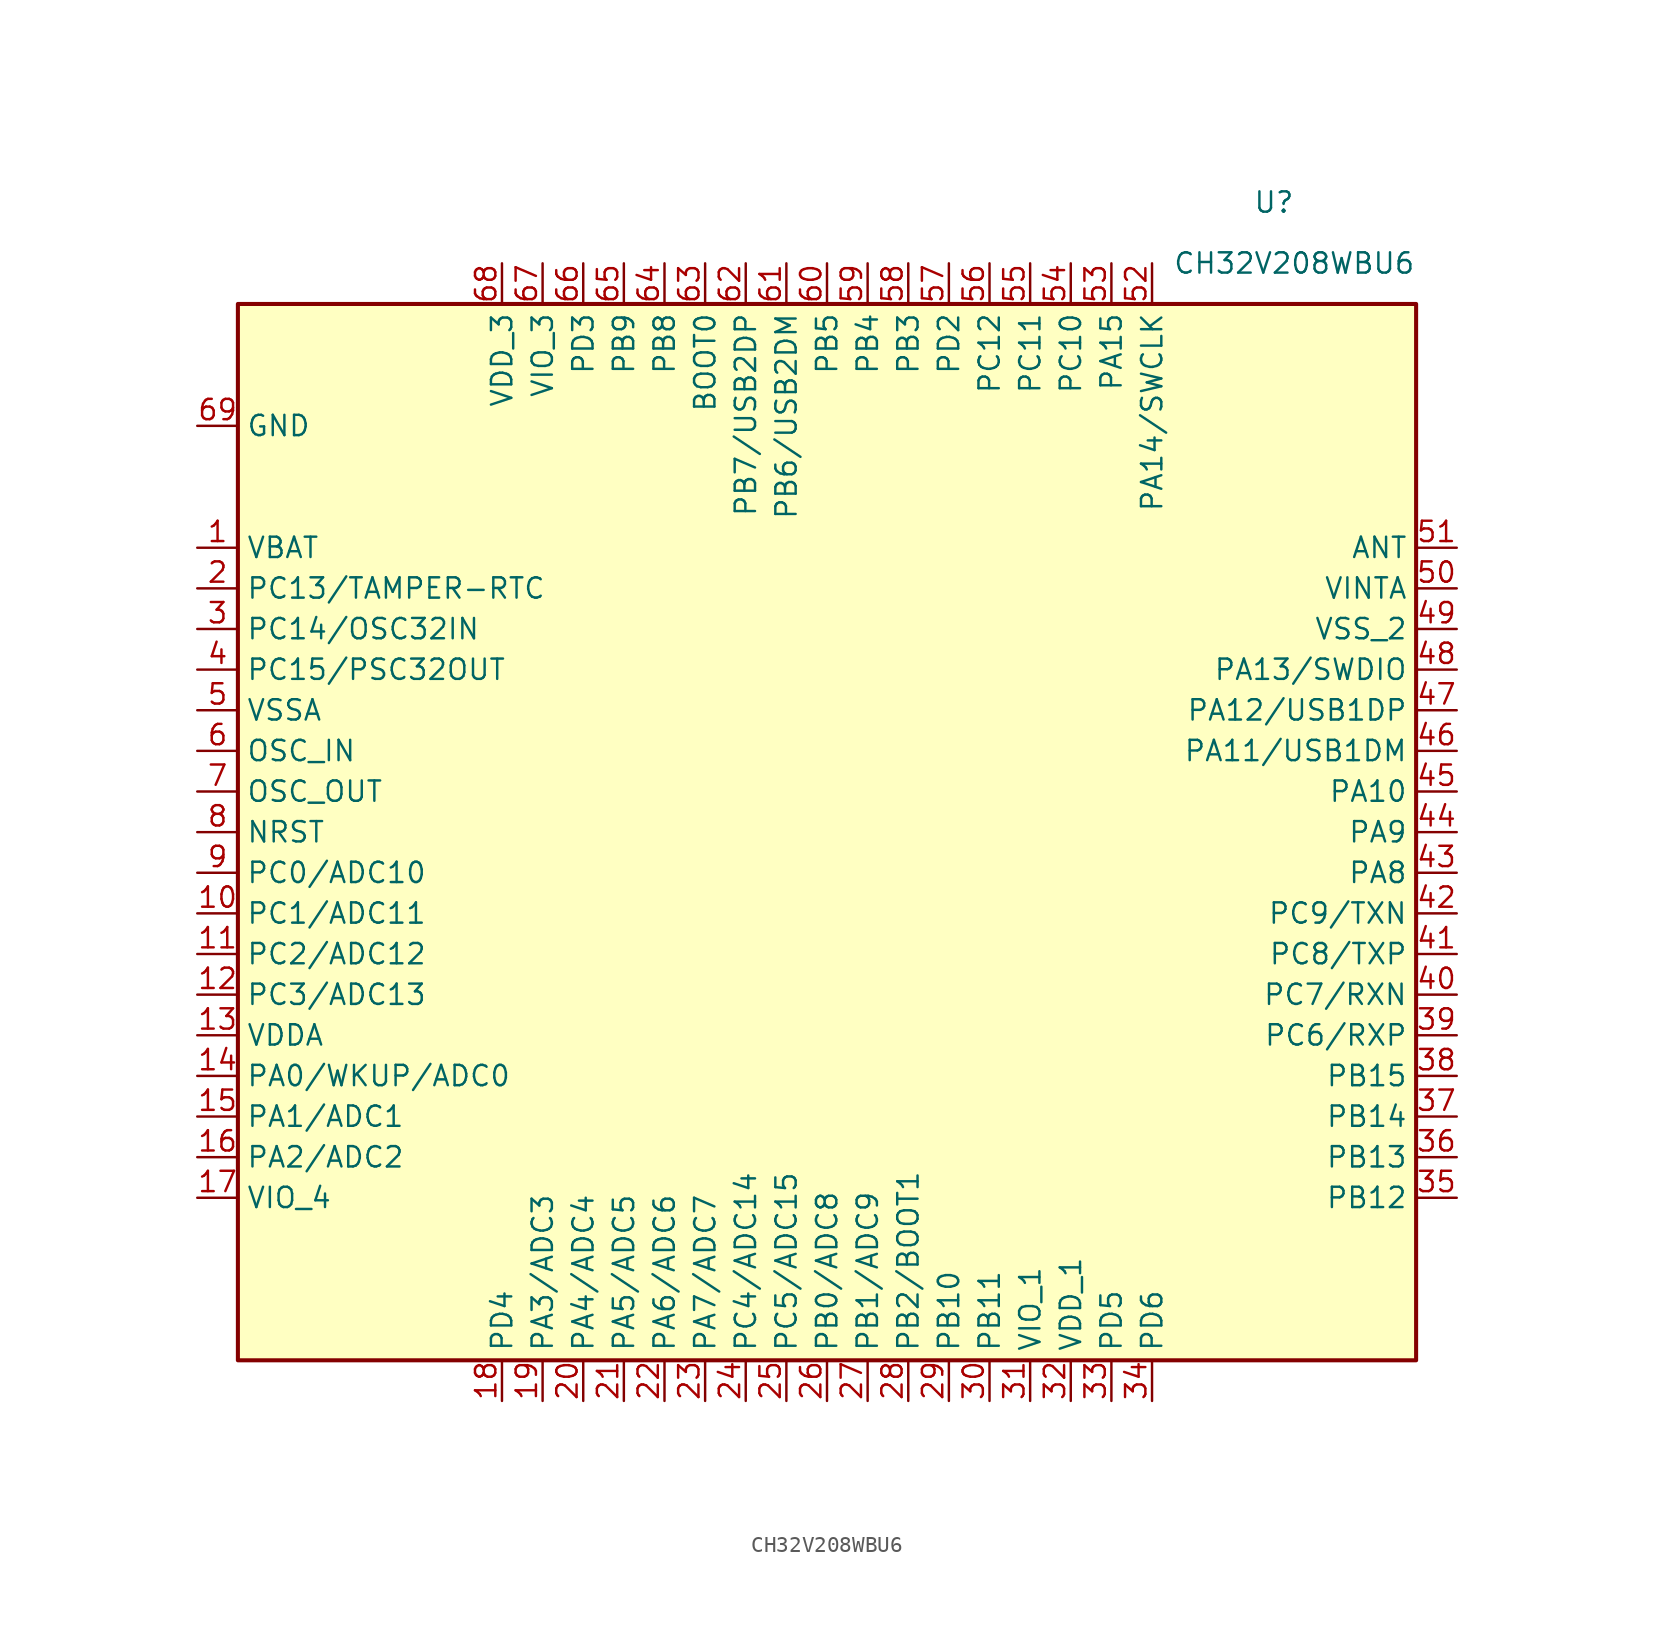
<source format=kicad_sym>
(kicad_symbol_lib
  (version 20220914)
  (generator kicad_symbol_editor)
  (symbol "CH32V208WBU6"
    (property "Reference" "U"
      (at 27.94 39.37 0)
      (effects (font (size 1.27 1.27))))
    (property "Value" "CH32V208WBU6"
      (at 29.21 35.56 0)
      (effects (font (size 1.27 1.27))))
    (symbol "CH32V208WBU6_0_1"
      (rectangle (start -36.83 33.02) (end 36.83 -33.02) (stroke (width 0.254) (type default)) (fill (type background))))
    (symbol "CH32V208WBU6_1_1"
      (pin power_in line (at -39.37 17.78 0) (length 2.54) (name "VBAT" (effects (font (size 1.27 1.27)))) (number "1" (effects (font (size 1.27 1.27)))))
      (pin bidirectional line (at -39.37 -5.08 0) (length 2.54) (name "PC1/ADC11" (effects (font (size 1.27 1.27)))) (number "10" (effects (font (size 1.27 1.27)))))
      (pin bidirectional line (at -39.37 -7.62 0) (length 2.54) (name "PC2/ADC12" (effects (font (size 1.27 1.27)))) (number "11" (effects (font (size 1.27 1.27)))))
      (pin bidirectional line (at -39.37 -10.16 0) (length 2.54) (name "PC3/ADC13" (effects (font (size 1.27 1.27)))) (number "12" (effects (font (size 1.27 1.27)))))
      (pin power_in line (at -39.37 -12.7 0) (length 2.54) (name "VDDA" (effects (font (size 1.27 1.27)))) (number "13" (effects (font (size 1.27 1.27)))))
      (pin bidirectional line (at -39.37 -15.24 0) (length 2.54) (name "PA0/WKUP/ADC0" (effects (font (size 1.27 1.27)))) (number "14" (effects (font (size 1.27 1.27)))))
      (pin bidirectional line (at -39.37 -17.78 0) (length 2.54) (name "PA1/ADC1" (effects (font (size 1.27 1.27)))) (number "15" (effects (font (size 1.27 1.27)))))
      (pin bidirectional line (at -39.37 -20.32 0) (length 2.54) (name "PA2/ADC2" (effects (font (size 1.27 1.27)))) (number "16" (effects (font (size 1.27 1.27)))))
      (pin power_in line (at -39.37 -22.86 0) (length 2.54) (name "VIO_4" (effects (font (size 1.27 1.27)))) (number "17" (effects (font (size 1.27 1.27)))))
      (pin bidirectional line (at -20.32 -35.56 90) (length 2.54) (name "PD4" (effects (font (size 1.27 1.27)))) (number "18" (effects (font (size 1.27 1.27)))))
      (pin bidirectional line (at -17.78 -35.56 90) (length 2.54) (name "PA3/ADC3" (effects (font (size 1.27 1.27)))) (number "19" (effects (font (size 1.27 1.27)))))
      (pin bidirectional line (at -39.37 15.24 0) (length 2.54) (name "PC13/TAMPER-RTC" (effects (font (size 1.27 1.27)))) (number "2" (effects (font (size 1.27 1.27)))))
      (pin bidirectional line (at -15.24 -35.56 90) (length 2.54) (name "PA4/ADC4" (effects (font (size 1.27 1.27)))) (number "20" (effects (font (size 1.27 1.27)))))
      (pin bidirectional line (at -12.7 -35.56 90) (length 2.54) (name "PA5/ADC5" (effects (font (size 1.27 1.27)))) (number "21" (effects (font (size 1.27 1.27)))))
      (pin bidirectional line (at -10.16 -35.56 90) (length 2.54) (name "PA6/ADC6" (effects (font (size 1.27 1.27)))) (number "22" (effects (font (size 1.27 1.27)))))
      (pin bidirectional line (at -7.62 -35.56 90) (length 2.54) (name "PA7/ADC7" (effects (font (size 1.27 1.27)))) (number "23" (effects (font (size 1.27 1.27)))))
      (pin bidirectional line (at -5.08 -35.56 90) (length 2.54) (name "PC4/ADC14" (effects (font (size 1.27 1.27)))) (number "24" (effects (font (size 1.27 1.27)))))
      (pin bidirectional line (at -2.54 -35.56 90) (length 2.54) (name "PC5/ADC15" (effects (font (size 1.27 1.27)))) (number "25" (effects (font (size 1.27 1.27)))))
      (pin bidirectional line (at 0 -35.56 90) (length 2.54) (name "PB0/ADC8" (effects (font (size 1.27 1.27)))) (number "26" (effects (font (size 1.27 1.27)))))
      (pin bidirectional line (at 2.54 -35.56 90) (length 2.54) (name "PB1/ADC9" (effects (font (size 1.27 1.27)))) (number "27" (effects (font (size 1.27 1.27)))))
      (pin bidirectional line (at 5.08 -35.56 90) (length 2.54) (name "PB2/BOOT1" (effects (font (size 1.27 1.27)))) (number "28" (effects (font (size 1.27 1.27)))))
      (pin bidirectional line (at 7.62 -35.56 90) (length 2.54) (name "PB10" (effects (font (size 1.27 1.27)))) (number "29" (effects (font (size 1.27 1.27)))))
      (pin bidirectional line (at -39.37 12.7 0) (length 2.54) (name "PC14/OSC32IN" (effects (font (size 1.27 1.27)))) (number "3" (effects (font (size 1.27 1.27)))))
      (pin bidirectional line (at 10.16 -35.56 90) (length 2.54) (name "PB11" (effects (font (size 1.27 1.27)))) (number "30" (effects (font (size 1.27 1.27)))))
      (pin power_in line (at 12.7 -35.56 90) (length 2.54) (name "VIO_1" (effects (font (size 1.27 1.27)))) (number "31" (effects (font (size 1.27 1.27)))))
      (pin power_in line (at 15.24 -35.56 90) (length 2.54) (name "VDD_1" (effects (font (size 1.27 1.27)))) (number "32" (effects (font (size 1.27 1.27)))))
      (pin bidirectional line (at 17.78 -35.56 90) (length 2.54) (name "PD5" (effects (font (size 1.27 1.27)))) (number "33" (effects (font (size 1.27 1.27)))))
      (pin bidirectional line (at 20.32 -35.56 90) (length 2.54) (name "PD6" (effects (font (size 1.27 1.27)))) (number "34" (effects (font (size 1.27 1.27)))))
      (pin bidirectional line (at 39.37 -22.86 180) (length 2.54) (name "PB12" (effects (font (size 1.27 1.27)))) (number "35" (effects (font (size 1.27 1.27)))))
      (pin bidirectional line (at 39.37 -20.32 180) (length 2.54) (name "PB13" (effects (font (size 1.27 1.27)))) (number "36" (effects (font (size 1.27 1.27)))))
      (pin bidirectional line (at 39.37 -17.78 180) (length 2.54) (name "PB14" (effects (font (size 1.27 1.27)))) (number "37" (effects (font (size 1.27 1.27)))))
      (pin bidirectional line (at 39.37 -15.24 180) (length 2.54) (name "PB15" (effects (font (size 1.27 1.27)))) (number "38" (effects (font (size 1.27 1.27)))))
      (pin bidirectional line (at 39.37 -12.7 180) (length 2.54) (name "PC6/RXP" (effects (font (size 1.27 1.27)))) (number "39" (effects (font (size 1.27 1.27)))))
      (pin bidirectional line (at -39.37 10.16 0) (length 2.54) (name "PC15/PSC32OUT" (effects (font (size 1.27 1.27)))) (number "4" (effects (font (size 1.27 1.27)))))
      (pin bidirectional line (at 39.37 -10.16 180) (length 2.54) (name "PC7/RXN" (effects (font (size 1.27 1.27)))) (number "40" (effects (font (size 1.27 1.27)))))
      (pin bidirectional line (at 39.37 -7.62 180) (length 2.54) (name "PC8/TXP" (effects (font (size 1.27 1.27)))) (number "41" (effects (font (size 1.27 1.27)))))
      (pin bidirectional line (at 39.37 -5.08 180) (length 2.54) (name "PC9/TXN" (effects (font (size 1.27 1.27)))) (number "42" (effects (font (size 1.27 1.27)))))
      (pin bidirectional line (at 39.37 -2.54 180) (length 2.54) (name "PA8" (effects (font (size 1.27 1.27)))) (number "43" (effects (font (size 1.27 1.27)))))
      (pin bidirectional line (at 39.37 0 180) (length 2.54) (name "PA9" (effects (font (size 1.27 1.27)))) (number "44" (effects (font (size 1.27 1.27)))))
      (pin bidirectional line (at 39.37 2.54 180) (length 2.54) (name "PA10" (effects (font (size 1.27 1.27)))) (number "45" (effects (font (size 1.27 1.27)))))
      (pin bidirectional line (at 39.37 5.08 180) (length 2.54) (name "PA11/USB1DM" (effects (font (size 1.27 1.27)))) (number "46" (effects (font (size 1.27 1.27)))))
      (pin bidirectional line (at 39.37 7.62 180) (length 2.54) (name "PA12/USB1DP" (effects (font (size 1.27 1.27)))) (number "47" (effects (font (size 1.27 1.27)))))
      (pin bidirectional line (at 39.37 10.16 180) (length 2.54) (name "PA13/SWDIO" (effects (font (size 1.27 1.27)))) (number "48" (effects (font (size 1.27 1.27)))))
      (pin power_in line (at 39.37 12.7 180) (length 2.54) (name "VSS_2" (effects (font (size 1.27 1.27)))) (number "49" (effects (font (size 1.27 1.27)))))
      (pin power_in line (at -39.37 7.62 0) (length 2.54) (name "VSSA" (effects (font (size 1.27 1.27)))) (number "5" (effects (font (size 1.27 1.27)))))
      (pin power_in line (at 39.37 15.24 180) (length 2.54) (name "VINTA" (effects (font (size 1.27 1.27)))) (number "50" (effects (font (size 1.27 1.27)))))
      (pin output line (at 39.37 17.78 180) (length 2.54) (name "ANT" (effects (font (size 1.27 1.27)))) (number "51" (effects (font (size 1.27 1.27)))))
      (pin bidirectional line (at 20.32 35.56 270) (length 2.54) (name "PA14/SWCLK" (effects (font (size 1.27 1.27)))) (number "52" (effects (font (size 1.27 1.27)))))
      (pin bidirectional line (at 17.78 35.56 270) (length 2.54) (name "PA15" (effects (font (size 1.27 1.27)))) (number "53" (effects (font (size 1.27 1.27)))))
      (pin bidirectional line (at 15.24 35.56 270) (length 2.54) (name "PC10" (effects (font (size 1.27 1.27)))) (number "54" (effects (font (size 1.27 1.27)))))
      (pin bidirectional line (at 12.7 35.56 270) (length 2.54) (name "PC11" (effects (font (size 1.27 1.27)))) (number "55" (effects (font (size 1.27 1.27)))))
      (pin bidirectional line (at 10.16 35.56 270) (length 2.54) (name "PC12" (effects (font (size 1.27 1.27)))) (number "56" (effects (font (size 1.27 1.27)))))
      (pin bidirectional line (at 7.62 35.56 270) (length 2.54) (name "PD2" (effects (font (size 1.27 1.27)))) (number "57" (effects (font (size 1.27 1.27)))))
      (pin bidirectional line (at 5.08 35.56 270) (length 2.54) (name "PB3" (effects (font (size 1.27 1.27)))) (number "58" (effects (font (size 1.27 1.27)))))
      (pin bidirectional line (at 2.54 35.56 270) (length 2.54) (name "PB4" (effects (font (size 1.27 1.27)))) (number "59" (effects (font (size 1.27 1.27)))))
      (pin input line (at -39.37 5.08 0) (length 2.54) (name "OSC_IN" (effects (font (size 1.27 1.27)))) (number "6" (effects (font (size 1.27 1.27)))))
      (pin bidirectional line (at 0 35.56 270) (length 2.54) (name "PB5" (effects (font (size 1.27 1.27)))) (number "60" (effects (font (size 1.27 1.27)))))
      (pin bidirectional line (at -2.54 35.56 270) (length 2.54) (name "PB6/USB2DM" (effects (font (size 1.27 1.27)))) (number "61" (effects (font (size 1.27 1.27)))))
      (pin bidirectional line (at -5.08 35.56 270) (length 2.54) (name "PB7/USB2DP" (effects (font (size 1.27 1.27)))) (number "62" (effects (font (size 1.27 1.27)))))
      (pin input line (at -7.62 35.56 270) (length 2.54) (name "BOOT0" (effects (font (size 1.27 1.27)))) (number "63" (effects (font (size 1.27 1.27)))))
      (pin bidirectional line (at -10.16 35.56 270) (length 2.54) (name "PB8" (effects (font (size 1.27 1.27)))) (number "64" (effects (font (size 1.27 1.27)))))
      (pin bidirectional line (at -12.7 35.56 270) (length 2.54) (name "PB9" (effects (font (size 1.27 1.27)))) (number "65" (effects (font (size 1.27 1.27)))))
      (pin bidirectional line (at -15.24 35.56 270) (length 2.54) (name "PD3" (effects (font (size 1.27 1.27)))) (number "66" (effects (font (size 1.27 1.27)))))
      (pin power_in line (at -17.78 35.56 270) (length 2.54) (name "VIO_3" (effects (font (size 1.27 1.27)))) (number "67" (effects (font (size 1.27 1.27)))))
      (pin power_in line (at -20.32 35.56 270) (length 2.54) (name "VDD_3" (effects (font (size 1.27 1.27)))) (number "68" (effects (font (size 1.27 1.27)))))
      (pin power_in line (at -39.37 25.4 0) (length 2.54) (name "GND" (effects (font (size 1.27 1.27)))) (number "69" (effects (font (size 1.27 1.27)))))
      (pin output line (at -39.37 2.54 0) (length 2.54) (name "OSC_OUT" (effects (font (size 1.27 1.27)))) (number "7" (effects (font (size 1.27 1.27)))))
      (pin input line (at -39.37 0 0) (length 2.54) (name "NRST" (effects (font (size 1.27 1.27)))) (number "8" (effects (font (size 1.27 1.27)))))
      (pin bidirectional line (at -39.37 -2.54 0) (length 2.54) (name "PC0/ADC10" (effects (font (size 1.27 1.27)))) (number "9" (effects (font (size 1.27 1.27))))))))
</source>
